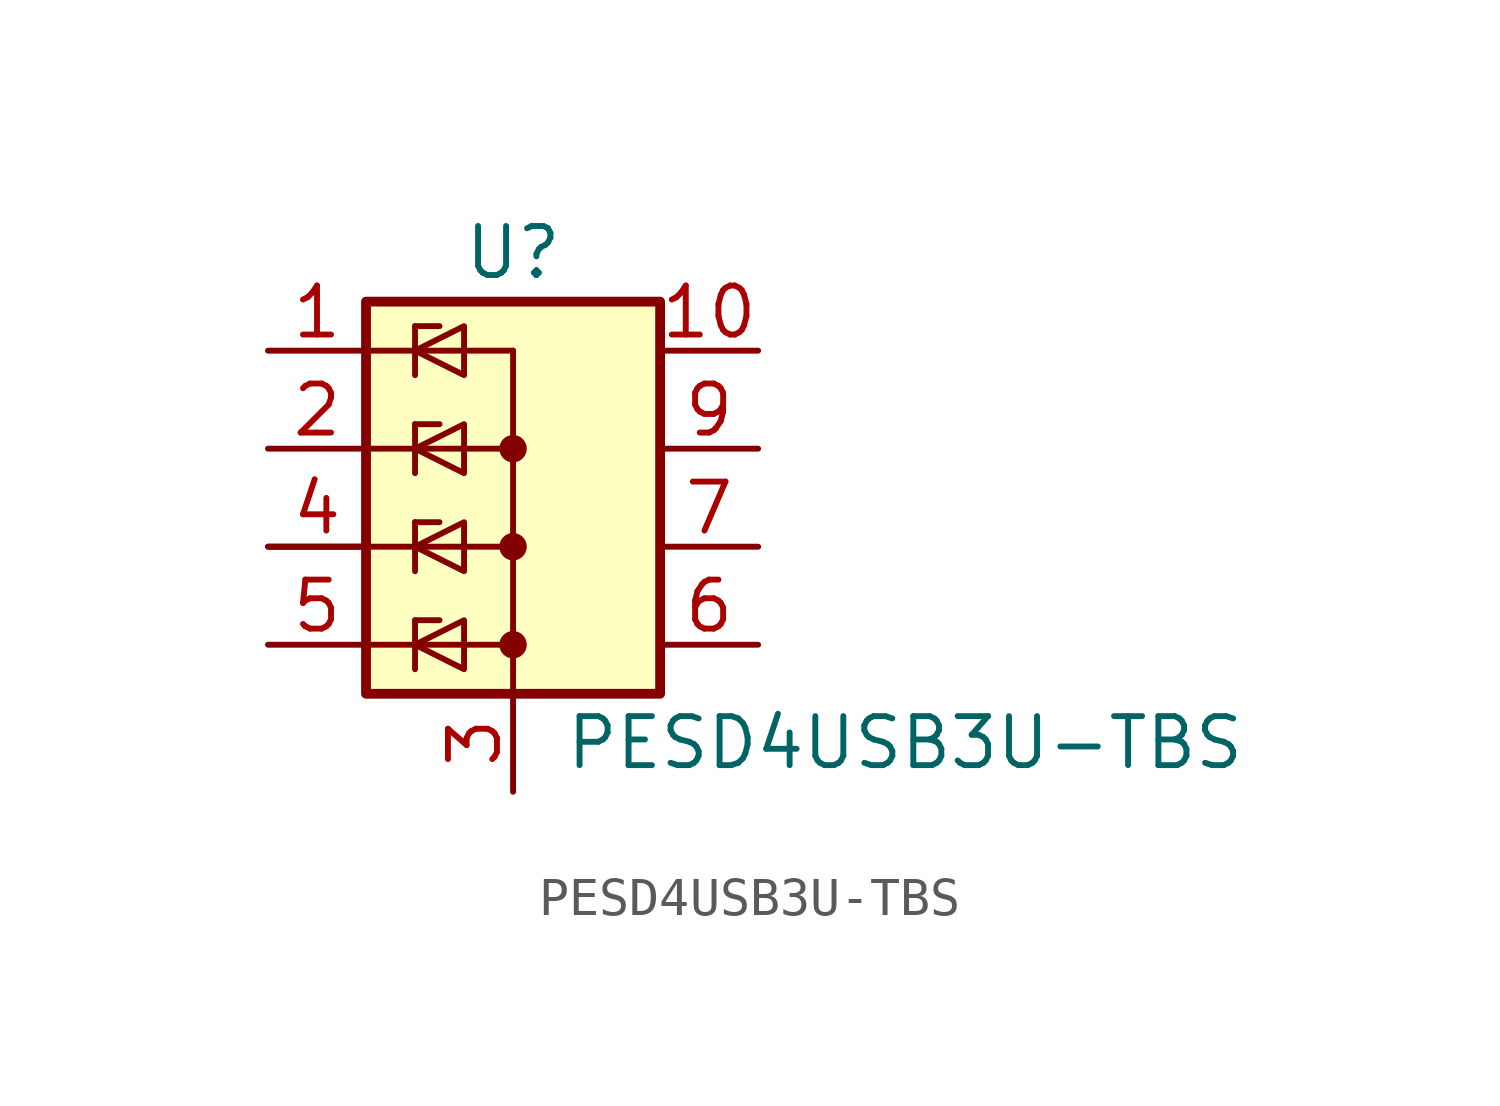
<source format=kicad_sym>
(kicad_symbol_lib
  (version 20220914)
  (generator kicad_symbol_editor)
  (symbol "PESD4USB3U-TBS"
    (pin_names
      (offset 0))
    (property "Reference" "U"
      (at 0 7.62 0)
      (effects (font (size 1.27 1.27))))
    (property "Value" "PESD4USB3U-TBS"
      (at 10.16 -5.08 0)
      (effects (font (size 1.27 1.27))))
    (symbol "PESD4USB3U-TBS_0_1"
      (rectangle (start -3.81 6.35) (end 3.81 -3.81) (stroke (width 0.254) (type default)) (fill (type background)))
      (circle (center 0 -2.54) (radius 0.279) (stroke (width 0) (type default)) (fill (type outline)))
      (polyline (pts (xy -6.35 0) (xy 0 0)) (stroke (width 0) (type default)) (fill (type none)))
      (polyline (pts (xy -3.81 -2.54) (xy 0 -2.54)) (stroke (width 0) (type default)) (fill (type none)))
      (polyline (pts (xy -3.81 2.54) (xy 0 2.54)) (stroke (width 0) (type default)) (fill (type none)))
      (polyline (pts (xy -3.81 5.08) (xy -3.81 5.08)) (stroke (width 0) (type default)) (fill (type none)))
      (polyline (pts (xy -3.81 5.08) (xy 0 5.08)) (stroke (width 0) (type default)) (fill (type none)))
      (polyline (pts (xy -2.54 -1.905) (xy -2.54 -3.175)) (stroke (width 0) (type default)) (fill (type none)))
      (polyline (pts (xy -2.54 -1.905) (xy -1.905 -1.905)) (stroke (width 0.152) (type default)) (fill (type none)))
      (polyline (pts (xy -2.54 0.635) (xy -2.54 -0.635)) (stroke (width 0) (type default)) (fill (type none)))
      (polyline (pts (xy -2.54 0.635) (xy -1.905 0.635)) (stroke (width 0.152) (type default)) (fill (type none)))
      (polyline (pts (xy -2.54 3.175) (xy -2.54 1.905)) (stroke (width 0) (type default)) (fill (type none)))
      (polyline (pts (xy -2.54 3.175) (xy -1.905 3.175)) (stroke (width 0.152) (type default)) (fill (type none)))
      (polyline (pts (xy -2.54 5.715) (xy -2.54 4.445)) (stroke (width 0) (type default)) (fill (type none)))
      (polyline (pts (xy -2.54 5.715) (xy -1.905 5.715)) (stroke (width 0.152) (type default)) (fill (type none)))
      (polyline (pts (xy 0 5.08) (xy 0 -3.81)) (stroke (width 0) (type default)) (fill (type none)))
      (polyline (pts (xy -1.27 -1.905) (xy -1.27 -3.175) (xy -2.54 -2.54) (xy -1.27 -1.905)) (stroke (width 0) (type default)) (fill (type none)))
      (polyline (pts (xy -1.27 0.635) (xy -1.27 -0.635) (xy -2.54 0) (xy -1.27 0.635)) (stroke (width 0) (type default)) (fill (type none)))
      (polyline (pts (xy -1.27 3.175) (xy -1.27 1.905) (xy -2.54 2.54) (xy -1.27 3.175)) (stroke (width 0) (type default)) (fill (type none)))
      (polyline (pts (xy -1.27 5.715) (xy -1.27 4.445) (xy -2.54 5.08) (xy -1.27 5.715)) (stroke (width 0) (type default)) (fill (type none)))
      (circle (center 0 0) (radius 0.279) (stroke (width 0) (type default)) (fill (type outline)))
      (circle (center 0 2.54) (radius 0.279) (stroke (width 0) (type default)) (fill (type outline))))
    (symbol "PESD4USB3U-TBS_1_1"
      (pin passive line (at -6.35 5.08 0) (length 2.54) (name "~" (effects (font (size 1.27 1.27)))) (number "1" (effects (font (size 1.27 1.27)))))
      (pin passive line (at 6.35 5.08 180) (length 2.54) (name "~" (effects (font (size 1.27 1.27)))) (number "10" (effects (font (size 1.27 1.27)))))
      (pin passive line (at -6.35 2.54 0) (length 2.54) (name "~" (effects (font (size 1.27 1.27)))) (number "2" (effects (font (size 1.27 1.27)))))
      (pin passive line (at 0 -6.35 90) (length 2.54) (name "~" (effects (font (size 1.27 1.27)))) (number "3" (effects (font (size 1.27 1.27)))))
      (pin passive line (at -6.35 0 0) (length 2.54) (name "~" (effects (font (size 1.27 1.27)))) (number "4" (effects (font (size 1.27 1.27)))))
      (pin passive line (at -6.35 -2.54 0) (length 2.54) (name "~" (effects (font (size 1.27 1.27)))) (number "5" (effects (font (size 1.27 1.27)))))
      (pin passive line (at 6.35 -2.54 180) (length 2.54) (name "~" (effects (font (size 1.27 1.27)))) (number "6" (effects (font (size 1.27 1.27)))))
      (pin passive line (at 6.35 0 180) (length 2.54) (name "~" (effects (font (size 1.27 1.27)))) (number "7" (effects (font (size 1.27 1.27)))))
      (pin passive line (at 0 -6.35 90) (length 2.54) hide (name "VSS" (effects (font (size 1.27 1.27)))) (number "8" (effects (font (size 1.27 1.27)))))
      (pin passive line (at 6.35 2.54 180) (length 2.54) (name "~" (effects (font (size 1.27 1.27)))) (number "9" (effects (font (size 1.27 1.27))))))))
</source>
